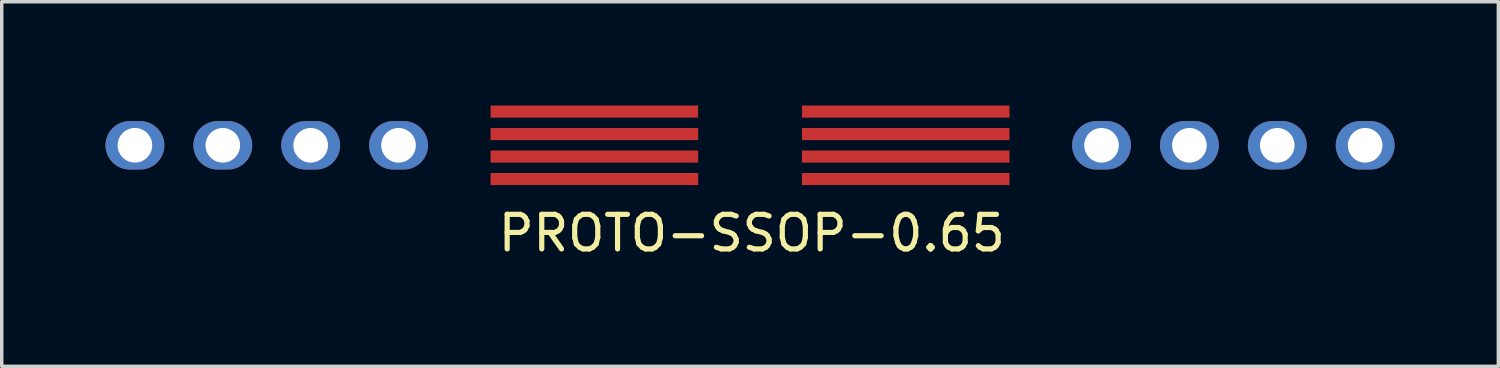
<source format=kicad_pcb>
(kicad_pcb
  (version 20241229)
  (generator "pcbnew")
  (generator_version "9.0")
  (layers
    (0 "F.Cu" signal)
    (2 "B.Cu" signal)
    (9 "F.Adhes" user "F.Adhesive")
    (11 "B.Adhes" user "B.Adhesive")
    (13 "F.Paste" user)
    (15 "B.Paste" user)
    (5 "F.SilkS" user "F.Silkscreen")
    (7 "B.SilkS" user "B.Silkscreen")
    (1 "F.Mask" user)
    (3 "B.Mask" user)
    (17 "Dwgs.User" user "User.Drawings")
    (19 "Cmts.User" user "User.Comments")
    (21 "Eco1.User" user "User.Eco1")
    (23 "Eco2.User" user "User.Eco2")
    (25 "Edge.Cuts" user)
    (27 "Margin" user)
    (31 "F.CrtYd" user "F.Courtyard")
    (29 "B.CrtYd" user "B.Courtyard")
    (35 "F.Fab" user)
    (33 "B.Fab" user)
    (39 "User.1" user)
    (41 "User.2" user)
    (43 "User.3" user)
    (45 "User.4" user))
  (footprint "PROTO-SSOP-0.65"
    (layer "F.Cu")
    (at 18.63 1.15)
    (property "Reference" "PROTO-SSOP-0.65" (at 0.051 2.54 0) (layer "F.SilkS") (effects (font (size 1 1) (thickness 0.15))))
    (attr smd)
    (pad "1" thru_hole oval (at -17.78 0 90) (size 1.4 1.7) (drill 1) (layers "*.Cu" "*.Mask"))
    (pad "1" smd rect (at -4.5 -0.975 90) (size 0.35 6) (layers "F.Cu" "F.Mask" "F.Paste"))
    (pad "2" thru_hole oval (at -15.24 0 90) (size 1.4 1.7) (drill 1) (layers "*.Cu" "*.Mask"))
    (pad "2" smd rect (at -4.5 -0.325 90) (size 0.35 6) (layers "F.Cu" "F.Mask" "F.Paste"))
    (pad "3" thru_hole oval (at -12.7 0 90) (size 1.4 1.7) (drill 1) (layers "*.Cu" "*.Mask"))
    (pad "3" smd rect (at -4.5 0.325 90) (size 0.35 6) (layers "F.Cu" "F.Mask" "F.Paste"))
    (pad "4" thru_hole oval (at -10.16 0 90) (size 1.4 1.7) (drill 1) (layers "*.Cu" "*.Mask"))
    (pad "4" smd rect (at -4.5 0.975 90) (size 0.35 6) (layers "F.Cu" "F.Mask" "F.Paste"))
    (pad "5" smd rect (at 4.5 0.975 90) (size 0.35 6) (layers "F.Cu" "F.Mask" "F.Paste"))
    (pad "5" thru_hole oval (at 10.16 0 90) (size 1.4 1.7) (drill 1) (layers "*.Cu" "*.Mask"))
    (pad "6" smd rect (at 4.5 0.325 90) (size 0.35 6) (layers "F.Cu" "F.Mask" "F.Paste"))
    (pad "6" thru_hole oval (at 12.7 0 90) (size 1.4 1.7) (drill 1) (layers "*.Cu" "*.Mask"))
    (pad "7" smd rect (at 4.5 -0.325 90) (size 0.35 6) (layers "F.Cu" "F.Mask" "F.Paste"))
    (pad "7" thru_hole oval (at 15.24 0 90) (size 1.4 1.7) (drill 1) (layers "*.Cu" "*.Mask"))
    (pad "8" smd rect (at 4.5 -0.975 90) (size 0.35 6) (layers "F.Cu" "F.Mask" "F.Paste"))
    (pad "8" thru_hole oval (at 17.78 0 90) (size 1.4 1.7) (drill 1) (layers "*.Cu" "*.Mask")))
  (gr_rect
    (start -3 -3)
    (end 40.26 7.538)
    (stroke (width 0.1) (type default))
    (fill no)
    (layer "Edge.Cuts")))
</source>
